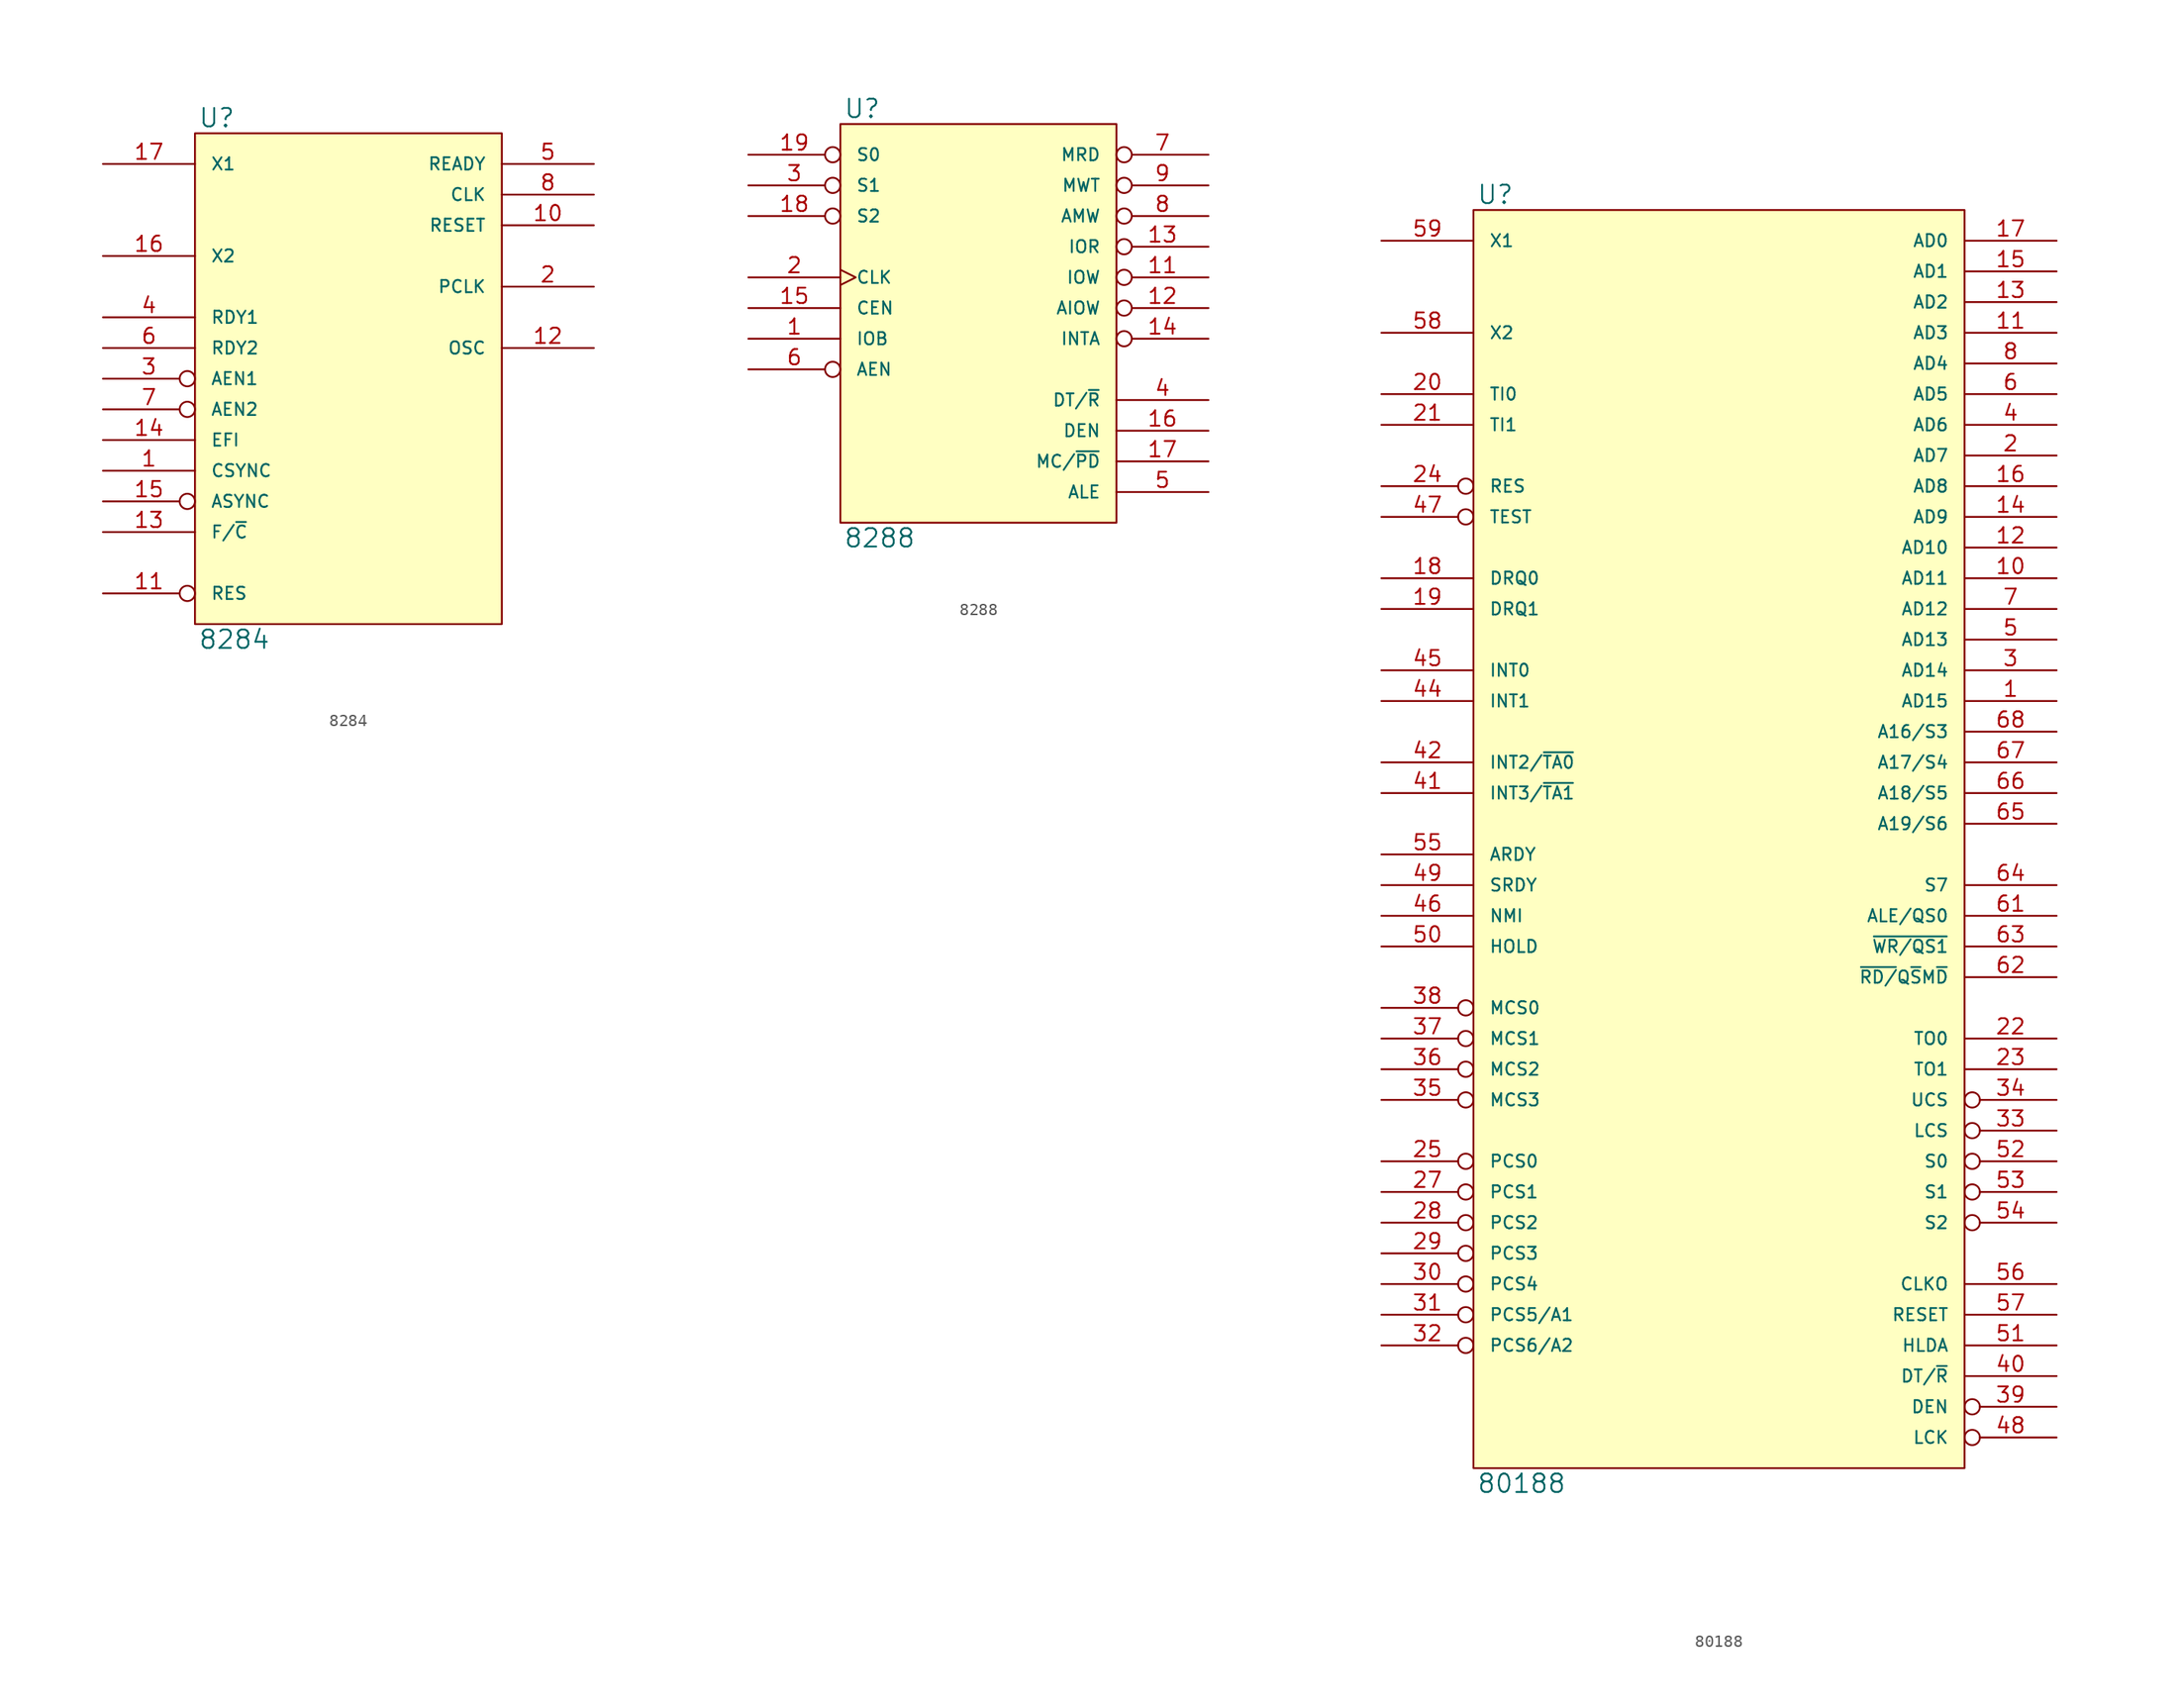
<source format=kicad_sym>
(kicad_symbol_lib
  (version 20231120)
  (generator "kicad_symbol_editor")
  (generator_version "8.0")
  (symbol "8284"
    (pin_names
      (offset 1.27))
    (property "Reference" "U"
      (at 0.254 0.381 0)
      (effects (font (size 1.524 1.524)) (justify left bottom)))
    (property "Value" "8284"
      (at 0.254 -41.021 0)
      (effects (font (size 1.524 1.524)) (justify left top)))
    (symbol "8284_0_1"
      (rectangle (start 0 0) (end 25.4 -40.64) (stroke (width 0) (type solid)) (fill (type background))))
    (symbol "8284_1_1"
      (pin input line (at -7.62 -27.94 0) (length 7.62) (name "CSYNC" (effects (font (size 1.016 1.016)))) (number "1" (effects (font (size 1.27 1.27)))))
      (pin output line (at 33.02 -7.62 180) (length 7.62) (name "RESET" (effects (font (size 1.016 1.016)))) (number "10" (effects (font (size 1.27 1.27)))))
      (pin input inverted (at -7.62 -38.1 0) (length 7.62) (name "RES" (effects (font (size 1.016 1.016)))) (number "11" (effects (font (size 1.27 1.27)))))
      (pin output line (at 33.02 -17.78 180) (length 7.62) (name "OSC" (effects (font (size 1.016 1.016)))) (number "12" (effects (font (size 1.27 1.27)))))
      (pin input line (at -7.62 -33.02 0) (length 7.62) (name "F/~{C}" (effects (font (size 1.016 1.016)))) (number "13" (effects (font (size 1.27 1.27)))))
      (pin input line (at -7.62 -25.4 0) (length 7.62) (name "EFI" (effects (font (size 1.016 1.016)))) (number "14" (effects (font (size 1.27 1.27)))))
      (pin input inverted (at -7.62 -30.48 0) (length 7.62) (name "ASYNC" (effects (font (size 1.016 1.016)))) (number "15" (effects (font (size 1.27 1.27)))))
      (pin input line (at -7.62 -10.16 0) (length 7.62) (name "X2" (effects (font (size 1.016 1.016)))) (number "16" (effects (font (size 1.27 1.27)))))
      (pin input line (at -7.62 -2.54 0) (length 7.62) (name "X1" (effects (font (size 1.016 1.016)))) (number "17" (effects (font (size 1.27 1.27)))))
      (pin power_in line (at 0 0 270) (length 0) hide (name "VCC" (effects (font (size 1.016 1.016)))) (number "18" (effects (font (size 1.27 1.27)))))
      (pin output line (at 33.02 -12.7 180) (length 7.62) (name "PCLK" (effects (font (size 1.016 1.016)))) (number "2" (effects (font (size 1.27 1.27)))))
      (pin input inverted (at -7.62 -20.32 0) (length 7.62) (name "AEN1" (effects (font (size 1.016 1.016)))) (number "3" (effects (font (size 1.27 1.27)))))
      (pin input line (at -7.62 -15.24 0) (length 7.62) (name "RDY1" (effects (font (size 1.016 1.016)))) (number "4" (effects (font (size 1.27 1.27)))))
      (pin output line (at 33.02 -2.54 180) (length 7.62) (name "READY" (effects (font (size 1.016 1.016)))) (number "5" (effects (font (size 1.27 1.27)))))
      (pin input line (at -7.62 -17.78 0) (length 7.62) (name "RDY2" (effects (font (size 1.016 1.016)))) (number "6" (effects (font (size 1.27 1.27)))))
      (pin input inverted (at -7.62 -22.86 0) (length 7.62) (name "AEN2" (effects (font (size 1.016 1.016)))) (number "7" (effects (font (size 1.27 1.27)))))
      (pin output line (at 33.02 -5.08 180) (length 7.62) (name "CLK" (effects (font (size 1.016 1.016)))) (number "8" (effects (font (size 1.27 1.27)))))
      (pin power_in line (at 0 -40.64 90) (length 0) hide (name "GND" (effects (font (size 1.016 1.016)))) (number "9" (effects (font (size 1.27 1.27)))))))
  (symbol "8288"
    (pin_names
      (offset 1.27))
    (property "Reference" "U"
      (at 0.254 0.381 0)
      (effects (font (size 1.524 1.524)) (justify left bottom)))
    (property "Value" "8288"
      (at 0.254 -33.401 0)
      (effects (font (size 1.524 1.524)) (justify left top)))
    (symbol "8288_0_1"
      (rectangle (start 0 0) (end 22.86 -33.02) (stroke (width 0) (type solid)) (fill (type background))))
    (symbol "8288_1_1"
      (pin input line (at -7.62 -17.78 0) (length 7.62) (name "IOB" (effects (font (size 1.016 1.016)))) (number "1" (effects (font (size 1.27 1.27)))))
      (pin power_in line (at 0 -33.02 90) (length 0) hide (name "GND" (effects (font (size 1.016 1.016)))) (number "10" (effects (font (size 1.27 1.27)))))
      (pin output inverted (at 30.48 -12.7 180) (length 7.62) (name "IOW" (effects (font (size 1.016 1.016)))) (number "11" (effects (font (size 1.27 1.27)))))
      (pin output inverted (at 30.48 -15.24 180) (length 7.62) (name "AIOW" (effects (font (size 1.016 1.016)))) (number "12" (effects (font (size 1.27 1.27)))))
      (pin output inverted (at 30.48 -10.16 180) (length 7.62) (name "IOR" (effects (font (size 1.016 1.016)))) (number "13" (effects (font (size 1.27 1.27)))))
      (pin output inverted (at 30.48 -17.78 180) (length 7.62) (name "INTA" (effects (font (size 1.016 1.016)))) (number "14" (effects (font (size 1.27 1.27)))))
      (pin input line (at -7.62 -15.24 0) (length 7.62) (name "CEN" (effects (font (size 1.016 1.016)))) (number "15" (effects (font (size 1.27 1.27)))))
      (pin output line (at 30.48 -25.4 180) (length 7.62) (name "DEN" (effects (font (size 1.016 1.016)))) (number "16" (effects (font (size 1.27 1.27)))))
      (pin output line (at 30.48 -27.94 180) (length 7.62) (name "MC/~{PD}" (effects (font (size 1.016 1.016)))) (number "17" (effects (font (size 1.27 1.27)))))
      (pin input inverted (at -7.62 -7.62 0) (length 7.62) (name "S2" (effects (font (size 1.016 1.016)))) (number "18" (effects (font (size 1.27 1.27)))))
      (pin input inverted (at -7.62 -2.54 0) (length 7.62) (name "S0" (effects (font (size 1.016 1.016)))) (number "19" (effects (font (size 1.27 1.27)))))
      (pin input clock (at -7.62 -12.7 0) (length 7.62) (name "CLK" (effects (font (size 1.016 1.016)))) (number "2" (effects (font (size 1.27 1.27)))))
      (pin power_in line (at 0 0 270) (length 0) hide (name "VCC" (effects (font (size 1.016 1.016)))) (number "20" (effects (font (size 1.27 1.27)))))
      (pin input inverted (at -7.62 -5.08 0) (length 7.62) (name "S1" (effects (font (size 1.016 1.016)))) (number "3" (effects (font (size 1.27 1.27)))))
      (pin output line (at 30.48 -22.86 180) (length 7.62) (name "DT/~{R}" (effects (font (size 1.016 1.016)))) (number "4" (effects (font (size 1.27 1.27)))))
      (pin output line (at 30.48 -30.48 180) (length 7.62) (name "ALE" (effects (font (size 1.016 1.016)))) (number "5" (effects (font (size 1.27 1.27)))))
      (pin input inverted (at -7.62 -20.32 0) (length 7.62) (name "AEN" (effects (font (size 1.016 1.016)))) (number "6" (effects (font (size 1.27 1.27)))))
      (pin output inverted (at 30.48 -2.54 180) (length 7.62) (name "MRD" (effects (font (size 1.016 1.016)))) (number "7" (effects (font (size 1.27 1.27)))))
      (pin output inverted (at 30.48 -7.62 180) (length 7.62) (name "AMW" (effects (font (size 1.016 1.016)))) (number "8" (effects (font (size 1.27 1.27)))))
      (pin output inverted (at 30.48 -5.08 180) (length 7.62) (name "MWT" (effects (font (size 1.016 1.016)))) (number "9" (effects (font (size 1.27 1.27)))))))
  (symbol "80188"
    (pin_names
      (offset 1.27))
    (property "Reference" "U"
      (at 0.254 0.381 0)
      (effects (font (size 1.524 1.524)) (justify left bottom)))
    (property "Value" "80188"
      (at 0.254 -104.521 0)
      (effects (font (size 1.524 1.524)) (justify left top)))
    (symbol "80188_0_1"
      (rectangle (start 0 0) (end 40.64 -104.14) (stroke (width 0) (type solid)) (fill (type background))))
    (symbol "80188_1_1"
      (pin bidirectional line (at 48.26 -40.64 180) (length 7.62) (name "AD15" (effects (font (size 1.016 1.016)))) (number "1" (effects (font (size 1.27 1.27)))))
      (pin bidirectional line (at 48.26 -30.48 180) (length 7.62) (name "AD11" (effects (font (size 1.016 1.016)))) (number "10" (effects (font (size 1.27 1.27)))))
      (pin bidirectional line (at 48.26 -10.16 180) (length 7.62) (name "AD3" (effects (font (size 1.016 1.016)))) (number "11" (effects (font (size 1.27 1.27)))))
      (pin bidirectional line (at 48.26 -27.94 180) (length 7.62) (name "AD10" (effects (font (size 1.016 1.016)))) (number "12" (effects (font (size 1.27 1.27)))))
      (pin bidirectional line (at 48.26 -7.62 180) (length 7.62) (name "AD2" (effects (font (size 1.016 1.016)))) (number "13" (effects (font (size 1.27 1.27)))))
      (pin bidirectional line (at 48.26 -25.4 180) (length 7.62) (name "AD9" (effects (font (size 1.016 1.016)))) (number "14" (effects (font (size 1.27 1.27)))))
      (pin bidirectional line (at 48.26 -5.08 180) (length 7.62) (name "AD1" (effects (font (size 1.016 1.016)))) (number "15" (effects (font (size 1.27 1.27)))))
      (pin bidirectional line (at 48.26 -22.86 180) (length 7.62) (name "AD8" (effects (font (size 1.016 1.016)))) (number "16" (effects (font (size 1.27 1.27)))))
      (pin bidirectional line (at 48.26 -2.54 180) (length 7.62) (name "AD0" (effects (font (size 1.016 1.016)))) (number "17" (effects (font (size 1.27 1.27)))))
      (pin input line (at -7.62 -30.48 0) (length 7.62) (name "DRQ0" (effects (font (size 1.016 1.016)))) (number "18" (effects (font (size 1.27 1.27)))))
      (pin input line (at -7.62 -33.02 0) (length 7.62) (name "DRQ1" (effects (font (size 1.016 1.016)))) (number "19" (effects (font (size 1.27 1.27)))))
      (pin bidirectional line (at 48.26 -20.32 180) (length 7.62) (name "AD7" (effects (font (size 1.016 1.016)))) (number "2" (effects (font (size 1.27 1.27)))))
      (pin input line (at -7.62 -15.24 0) (length 7.62) (name "TI0" (effects (font (size 1.016 1.016)))) (number "20" (effects (font (size 1.27 1.27)))))
      (pin input line (at -7.62 -17.78 0) (length 7.62) (name "TI1" (effects (font (size 1.016 1.016)))) (number "21" (effects (font (size 1.27 1.27)))))
      (pin output line (at 48.26 -68.58 180) (length 7.62) (name "TO0" (effects (font (size 1.016 1.016)))) (number "22" (effects (font (size 1.27 1.27)))))
      (pin output line (at 48.26 -71.12 180) (length 7.62) (name "TO1" (effects (font (size 1.016 1.016)))) (number "23" (effects (font (size 1.27 1.27)))))
      (pin input inverted (at -7.62 -22.86 0) (length 7.62) (name "RES" (effects (font (size 1.016 1.016)))) (number "24" (effects (font (size 1.27 1.27)))))
      (pin output inverted (at -7.62 -78.74 0) (length 7.62) (name "PCS0" (effects (font (size 1.016 1.016)))) (number "25" (effects (font (size 1.27 1.27)))))
      (pin power_in line (at 15.24 -104.14 90) (length 0) hide (name "VSS" (effects (font (size 1.016 1.016)))) (number "26" (effects (font (size 1.27 1.27)))))
      (pin output inverted (at -7.62 -81.28 0) (length 7.62) (name "PCS1" (effects (font (size 1.016 1.016)))) (number "27" (effects (font (size 1.27 1.27)))))
      (pin output inverted (at -7.62 -83.82 0) (length 7.62) (name "PCS2" (effects (font (size 1.016 1.016)))) (number "28" (effects (font (size 1.27 1.27)))))
      (pin output inverted (at -7.62 -86.36 0) (length 7.62) (name "PCS3" (effects (font (size 1.016 1.016)))) (number "29" (effects (font (size 1.27 1.27)))))
      (pin bidirectional line (at 48.26 -38.1 180) (length 7.62) (name "AD14" (effects (font (size 1.016 1.016)))) (number "3" (effects (font (size 1.27 1.27)))))
      (pin output inverted (at -7.62 -88.9 0) (length 7.62) (name "PCS4" (effects (font (size 1.016 1.016)))) (number "30" (effects (font (size 1.27 1.27)))))
      (pin output inverted (at -7.62 -91.44 0) (length 7.62) (name "PCS5/A1" (effects (font (size 1.016 1.016)))) (number "31" (effects (font (size 1.27 1.27)))))
      (pin output inverted (at -7.62 -93.98 0) (length 7.62) (name "PCS6/A2" (effects (font (size 1.016 1.016)))) (number "32" (effects (font (size 1.27 1.27)))))
      (pin output inverted (at 48.26 -76.2 180) (length 7.62) (name "LCS" (effects (font (size 1.016 1.016)))) (number "33" (effects (font (size 1.27 1.27)))))
      (pin output inverted (at 48.26 -73.66 180) (length 7.62) (name "UCS" (effects (font (size 1.016 1.016)))) (number "34" (effects (font (size 1.27 1.27)))))
      (pin output inverted (at -7.62 -73.66 0) (length 7.62) (name "MCS3" (effects (font (size 1.016 1.016)))) (number "35" (effects (font (size 1.27 1.27)))))
      (pin output inverted (at -7.62 -71.12 0) (length 7.62) (name "MCS2" (effects (font (size 1.016 1.016)))) (number "36" (effects (font (size 1.27 1.27)))))
      (pin output inverted (at -7.62 -68.58 0) (length 7.62) (name "MCS1" (effects (font (size 1.016 1.016)))) (number "37" (effects (font (size 1.27 1.27)))))
      (pin output inverted (at -7.62 -66.04 0) (length 7.62) (name "MCS0" (effects (font (size 1.016 1.016)))) (number "38" (effects (font (size 1.27 1.27)))))
      (pin output inverted (at 48.26 -99.06 180) (length 7.62) (name "DEN" (effects (font (size 1.016 1.016)))) (number "39" (effects (font (size 1.27 1.27)))))
      (pin bidirectional line (at 48.26 -17.78 180) (length 7.62) (name "AD6" (effects (font (size 1.016 1.016)))) (number "4" (effects (font (size 1.27 1.27)))))
      (pin output line (at 48.26 -96.52 180) (length 7.62) (name "DT/~{R}" (effects (font (size 1.016 1.016)))) (number "40" (effects (font (size 1.27 1.27)))))
      (pin bidirectional line (at -7.62 -48.26 0) (length 7.62) (name "INT3/~{TA1}" (effects (font (size 1.016 1.016)))) (number "41" (effects (font (size 1.27 1.27)))))
      (pin bidirectional line (at -7.62 -45.72 0) (length 7.62) (name "INT2/~{TA0}" (effects (font (size 1.016 1.016)))) (number "42" (effects (font (size 1.27 1.27)))))
      (pin power_in line (at 0 0 270) (length 0) hide (name "VCC" (effects (font (size 1.016 1.016)))) (number "43" (effects (font (size 1.27 1.27)))))
      (pin input line (at -7.62 -40.64 0) (length 7.62) (name "INT1" (effects (font (size 1.016 1.016)))) (number "44" (effects (font (size 1.27 1.27)))))
      (pin input line (at -7.62 -38.1 0) (length 7.62) (name "INT0" (effects (font (size 1.016 1.016)))) (number "45" (effects (font (size 1.27 1.27)))))
      (pin input line (at -7.62 -58.42 0) (length 7.62) (name "NMI" (effects (font (size 1.016 1.016)))) (number "46" (effects (font (size 1.27 1.27)))))
      (pin input inverted (at -7.62 -25.4 0) (length 7.62) (name "TEST" (effects (font (size 1.016 1.016)))) (number "47" (effects (font (size 1.27 1.27)))))
      (pin output inverted (at 48.26 -101.6 180) (length 7.62) (name "LCK" (effects (font (size 1.016 1.016)))) (number "48" (effects (font (size 1.27 1.27)))))
      (pin input line (at -7.62 -55.88 0) (length 7.62) (name "SRDY" (effects (font (size 1.016 1.016)))) (number "49" (effects (font (size 1.27 1.27)))))
      (pin bidirectional line (at 48.26 -35.56 180) (length 7.62) (name "AD13" (effects (font (size 1.016 1.016)))) (number "5" (effects (font (size 1.27 1.27)))))
      (pin input line (at -7.62 -60.96 0) (length 7.62) (name "HOLD" (effects (font (size 1.016 1.016)))) (number "50" (effects (font (size 1.27 1.27)))))
      (pin output line (at 48.26 -93.98 180) (length 7.62) (name "HLDA" (effects (font (size 1.016 1.016)))) (number "51" (effects (font (size 1.27 1.27)))))
      (pin output inverted (at 48.26 -78.74 180) (length 7.62) (name "S0" (effects (font (size 1.016 1.016)))) (number "52" (effects (font (size 1.27 1.27)))))
      (pin output inverted (at 48.26 -81.28 180) (length 7.62) (name "S1" (effects (font (size 1.016 1.016)))) (number "53" (effects (font (size 1.27 1.27)))))
      (pin output inverted (at 48.26 -83.82 180) (length 7.62) (name "S2" (effects (font (size 1.016 1.016)))) (number "54" (effects (font (size 1.27 1.27)))))
      (pin input line (at -7.62 -53.34 0) (length 7.62) (name "ARDY" (effects (font (size 1.016 1.016)))) (number "55" (effects (font (size 1.27 1.27)))))
      (pin output line (at 48.26 -88.9 180) (length 7.62) (name "CLKO" (effects (font (size 1.016 1.016)))) (number "56" (effects (font (size 1.27 1.27)))))
      (pin output line (at 48.26 -91.44 180) (length 7.62) (name "RESET" (effects (font (size 1.016 1.016)))) (number "57" (effects (font (size 1.27 1.27)))))
      (pin input line (at -7.62 -10.16 0) (length 7.62) (name "X2" (effects (font (size 1.016 1.016)))) (number "58" (effects (font (size 1.27 1.27)))))
      (pin input line (at -7.62 -2.54 0) (length 7.62) (name "X1" (effects (font (size 1.016 1.016)))) (number "59" (effects (font (size 1.27 1.27)))))
      (pin bidirectional line (at 48.26 -15.24 180) (length 7.62) (name "AD5" (effects (font (size 1.016 1.016)))) (number "6" (effects (font (size 1.27 1.27)))))
      (pin power_in line (at 0 -104.14 90) (length 0) hide (name "VSS" (effects (font (size 1.016 1.016)))) (number "60" (effects (font (size 1.27 1.27)))))
      (pin output line (at 48.26 -58.42 180) (length 7.62) (name "ALE/QS0" (effects (font (size 1.016 1.016)))) (number "61" (effects (font (size 1.27 1.27)))))
      (pin output line (at 48.26 -63.5 180) (length 7.62) (name "~{RD/}Q~{S}M~{D}" (effects (font (size 1.016 1.016)))) (number "62" (effects (font (size 1.27 1.27)))))
      (pin output line (at 48.26 -60.96 180) (length 7.62) (name "~{WR/QS1}" (effects (font (size 1.016 1.016)))) (number "63" (effects (font (size 1.27 1.27)))))
      (pin output line (at 48.26 -55.88 180) (length 7.62) (name "S7" (effects (font (size 1.016 1.016)))) (number "64" (effects (font (size 1.27 1.27)))))
      (pin output line (at 48.26 -50.8 180) (length 7.62) (name "A19/S6" (effects (font (size 1.016 1.016)))) (number "65" (effects (font (size 1.27 1.27)))))
      (pin output line (at 48.26 -48.26 180) (length 7.62) (name "A18/S5" (effects (font (size 1.016 1.016)))) (number "66" (effects (font (size 1.27 1.27)))))
      (pin output line (at 48.26 -45.72 180) (length 7.62) (name "A17/S4" (effects (font (size 1.016 1.016)))) (number "67" (effects (font (size 1.27 1.27)))))
      (pin output line (at 48.26 -43.18 180) (length 7.62) (name "A16/S3" (effects (font (size 1.016 1.016)))) (number "68" (effects (font (size 1.27 1.27)))))
      (pin bidirectional line (at 48.26 -33.02 180) (length 7.62) (name "AD12" (effects (font (size 1.016 1.016)))) (number "7" (effects (font (size 1.27 1.27)))))
      (pin bidirectional line (at 48.26 -12.7 180) (length 7.62) (name "AD4" (effects (font (size 1.016 1.016)))) (number "8" (effects (font (size 1.27 1.27)))))
      (pin power_in line (at 15.24 0 270) (length 0) hide (name "VCC" (effects (font (size 1.016 1.016)))) (number "9" (effects (font (size 1.27 1.27))))))))
</source>
